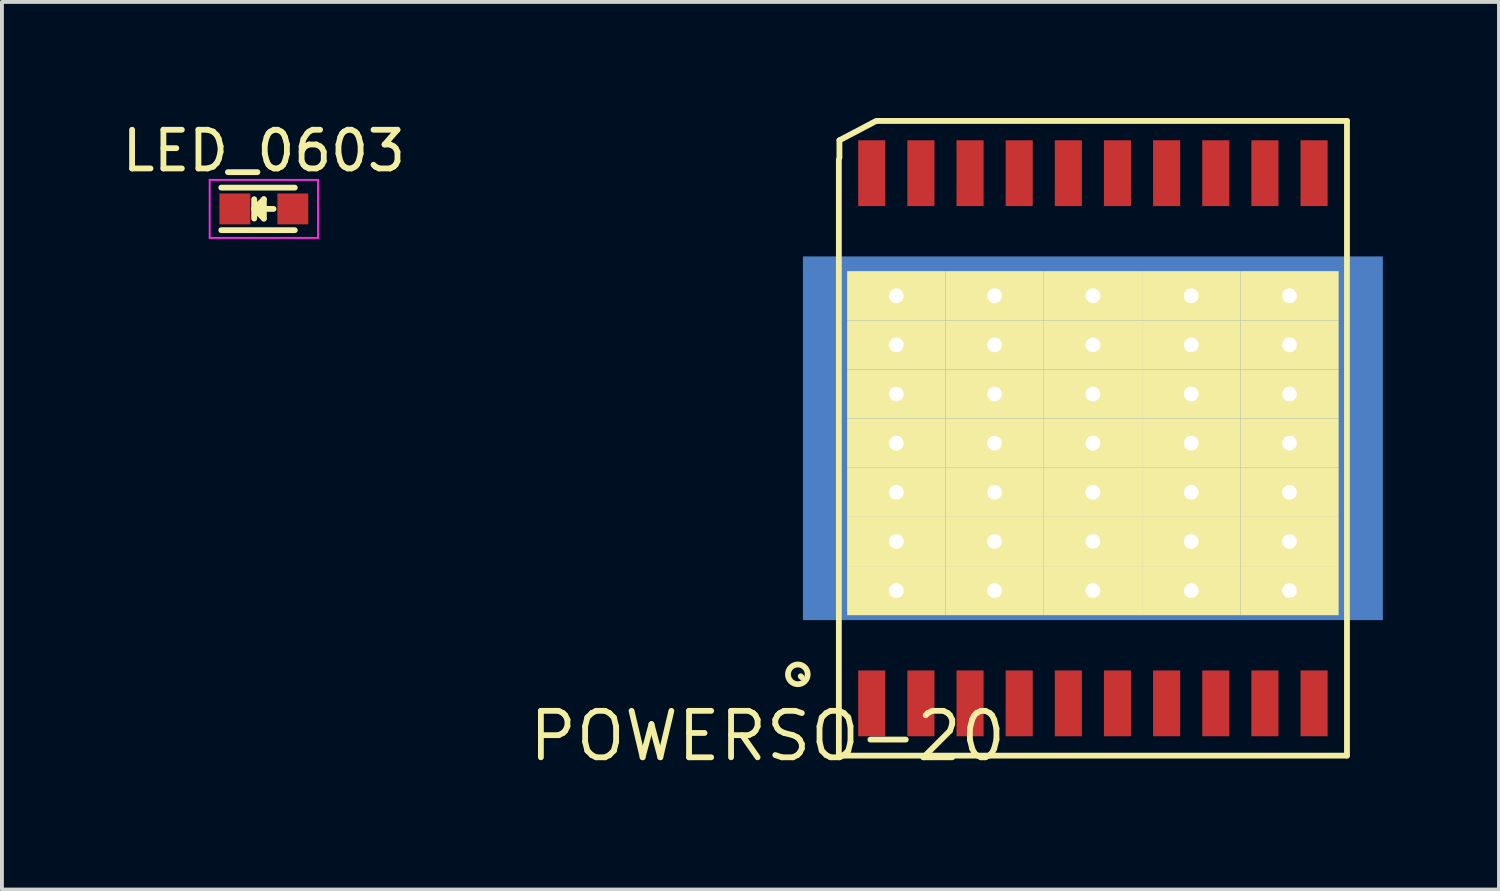
<source format=kicad_pcb>
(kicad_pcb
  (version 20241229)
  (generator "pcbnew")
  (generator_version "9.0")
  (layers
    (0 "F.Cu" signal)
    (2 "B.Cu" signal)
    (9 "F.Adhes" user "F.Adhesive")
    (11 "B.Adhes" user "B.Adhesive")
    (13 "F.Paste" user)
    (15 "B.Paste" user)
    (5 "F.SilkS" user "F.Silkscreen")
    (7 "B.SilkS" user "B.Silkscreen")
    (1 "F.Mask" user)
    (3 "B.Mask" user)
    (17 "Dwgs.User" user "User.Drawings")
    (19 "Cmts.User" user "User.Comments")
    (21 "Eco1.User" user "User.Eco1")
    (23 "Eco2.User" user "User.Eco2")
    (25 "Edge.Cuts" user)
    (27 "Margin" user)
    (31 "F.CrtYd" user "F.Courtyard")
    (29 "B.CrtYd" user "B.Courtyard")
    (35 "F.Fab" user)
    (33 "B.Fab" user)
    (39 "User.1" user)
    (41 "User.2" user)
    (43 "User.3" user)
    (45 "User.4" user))
  (footprint "LED_0603"
    (layer "F.Cu")
    (at 3.768 2.348)
    (property "Reference" "LED_0603" (at 0 -1.5 0) (layer "F.SilkS") (effects (font (size 1 1) (thickness 0.15))))
    (attr smd)
    (fp_line (start -1.1 -0.55) (end 0.8 -0.55) (stroke (width 0.15) (type solid)) (layer "F.SilkS"))
    (fp_line (start -1.1 0.55) (end 0.8 0.55) (stroke (width 0.15) (type solid)) (layer "F.SilkS"))
    (fp_line (start -0.25 -0.25) (end -0.25 0.25) (stroke (width 0.15) (type solid)) (layer "F.SilkS"))
    (fp_line (start -0.25 0) (end 0 -0.25) (stroke (width 0.15) (type solid)) (layer "F.SilkS"))
    (fp_line (start -0.2 0) (end 0.25 0) (stroke (width 0.15) (type solid)) (layer "F.SilkS"))
    (fp_line (start 0 -0.25) (end 0 0.25) (stroke (width 0.15) (type solid)) (layer "F.SilkS"))
    (fp_line (start 0 0.25) (end -0.25 0) (stroke (width 0.15) (type solid)) (layer "F.SilkS"))
    (fp_line (start -1.4 -0.75) (end 1.4 -0.75) (stroke (width 0.05) (type solid)) (layer "F.CrtYd"))
    (fp_line (start -1.4 0.75) (end -1.4 -0.75) (stroke (width 0.05) (type solid)) (layer "F.CrtYd"))
    (fp_line (start 1.4 -0.75) (end 1.4 0.75) (stroke (width 0.05) (type solid)) (layer "F.CrtYd"))
    (fp_line (start 1.4 0.75) (end -1.4 0.75) (stroke (width 0.05) (type solid)) (layer "F.CrtYd"))
    (pad "1" smd rect (at -0.749 0 180) (size 0.798 0.798) (layers "F.Cu" "F.Mask" "F.Paste"))
    (pad "2" smd rect (at 0.749 0 180) (size 0.798 0.798) (layers "F.Cu" "F.Mask" "F.Paste")))
  (footprint "POWERSO-20"
    (layer "F.Cu")
    (at 25.191 8.275)
    (property "Reference" "POWERSO-20" (at -8.407 7.696 180) (layer "F.SilkS") (effects (font (size 1.2 1.2) (thickness 0.15))))
    (attr through_hole)
    (fp_line (start -7.55 6.15) (end -7.525 6.175) (stroke (width 0.15) (type solid)) (layer "F.SilkS"))
    (fp_line (start -6.565 -7.2) (end -6.565 8.2) (stroke (width 0.15) (type solid)) (layer "F.SilkS"))
    (fp_line (start -6.565 8.2) (end 6.565 8.2) (stroke (width 0.15) (type solid)) (layer "F.SilkS"))
    (fp_line (start -6.55 -7.7) (end -5.6 -8.2) (stroke (width 0.15) (type solid)) (layer "F.SilkS"))
    (fp_line (start -6.55 -7.25) (end -6.55 -7.7) (stroke (width 0.15) (type solid)) (layer "F.SilkS"))
    (fp_line (start 6.565 -8.2) (end -5.565 -8.2) (stroke (width 0.15) (type solid)) (layer "F.SilkS"))
    (fp_line (start 6.565 8.2) (end 6.565 -8.2) (stroke (width 0.15) (type solid)) (layer "F.SilkS"))
    (fp_circle (center -7.625 6.1) (end -7.375 6.15) (stroke (width 0.15) (type solid)) (fill no) (layer "F.SilkS"))
    (pad "1" smd rect (at -5.715 6.85) (size 0.7 1.7) (layers "F.Cu" "F.Mask" "F.Paste"))
    (pad "1" thru_hole rect (at -5.08 -3.683) (size 2.54 1.27) (drill 0.381) (layers "*.Cu" "F.Mask" "F.SilkS"))
    (pad "1" thru_hole rect (at -5.08 -2.413) (size 2.54 1.27) (drill 0.381) (layers "*.Cu" "F.Mask" "F.SilkS"))
    (pad "1" thru_hole rect (at -5.08 -1.143) (size 2.54 1.27) (drill 0.381) (layers "*.Cu" "F.Mask" "F.SilkS"))
    (pad "1" thru_hole rect (at -5.08 0.127) (size 2.54 1.27) (drill 0.381) (layers "*.Cu" "F.Mask" "F.SilkS"))
    (pad "1" thru_hole rect (at -5.08 1.397) (size 2.54 1.27) (drill 0.381) (layers "*.Cu" "F.Mask" "F.SilkS"))
    (pad "1" thru_hole rect (at -5.08 2.667) (size 2.54 1.27) (drill 0.381) (layers "*.Cu" "F.Mask" "F.SilkS"))
    (pad "1" thru_hole rect (at -5.08 3.937) (size 2.54 1.27) (drill 0.381) (layers "*.Cu" "F.Mask" "F.SilkS"))
    (pad "1" thru_hole rect (at -2.54 -3.683) (size 2.54 1.27) (drill 0.381) (layers "*.Cu" "F.Mask" "F.SilkS"))
    (pad "1" thru_hole rect (at -2.54 -2.413) (size 2.54 1.27) (drill 0.381) (layers "*.Cu" "F.Mask" "F.SilkS"))
    (pad "1" thru_hole rect (at -2.54 -1.143) (size 2.54 1.27) (drill 0.381) (layers "*.Cu" "F.Mask" "F.SilkS"))
    (pad "1" thru_hole rect (at -2.54 0.127) (size 2.54 1.27) (drill 0.381) (layers "*.Cu" "F.Mask" "F.SilkS"))
    (pad "1" thru_hole rect (at -2.54 1.397) (size 2.54 1.27) (drill 0.381) (layers "*.Cu" "F.Mask" "F.SilkS"))
    (pad "1" thru_hole rect (at -2.54 2.667) (size 2.54 1.27) (drill 0.381) (layers "*.Cu" "F.Mask" "F.SilkS"))
    (pad "1" thru_hole rect (at -2.54 3.937) (size 2.54 1.27) (drill 0.381) (layers "*.Cu" "F.Mask" "F.SilkS"))
    (pad "1" thru_hole rect (at 0 -3.683) (size 2.54 1.27) (drill 0.381) (layers "*.Cu" "F.Mask" "F.SilkS"))
    (pad "1" thru_hole rect (at 0 -2.413) (size 2.54 1.27) (drill 0.381) (layers "*.Cu" "F.Mask" "F.SilkS"))
    (pad "1" thru_hole rect (at 0 -1.143) (size 2.54 1.27) (drill 0.381) (layers "*.Cu" "F.Mask" "F.SilkS"))
    (pad "1" smd rect (at 0 0) (size 14.986 9.398) (layers "B.Cu" "F.Paste"))
    (pad "1" thru_hole rect (at 0 0.127) (size 2.54 1.27) (drill 0.381) (layers "*.Cu" "F.Mask" "F.SilkS"))
    (pad "1" thru_hole rect (at 0 1.397) (size 2.54 1.27) (drill 0.381) (layers "*.Cu" "F.Mask" "F.SilkS"))
    (pad "1" thru_hole rect (at 0 2.667) (size 2.54 1.27) (drill 0.381) (layers "*.Cu" "F.Mask" "F.SilkS"))
    (pad "1" thru_hole rect (at 0 3.937) (size 2.54 1.27) (drill 0.381) (layers "*.Cu" "F.Mask" "F.SilkS"))
    (pad "1" thru_hole rect (at 2.54 -3.683) (size 2.54 1.27) (drill 0.381) (layers "*.Cu" "F.Mask" "F.SilkS"))
    (pad "1" thru_hole rect (at 2.54 -2.413) (size 2.54 1.27) (drill 0.381) (layers "*.Cu" "F.Mask" "F.SilkS"))
    (pad "1" thru_hole rect (at 2.54 -1.143) (size 2.54 1.27) (drill 0.381) (layers "*.Cu" "F.Mask" "F.SilkS"))
    (pad "1" thru_hole rect (at 2.54 0.127) (size 2.54 1.27) (drill 0.381) (layers "*.Cu" "F.Mask" "F.SilkS"))
    (pad "1" thru_hole rect (at 2.54 1.397) (size 2.54 1.27) (drill 0.381) (layers "*.Cu" "F.Mask" "F.SilkS"))
    (pad "1" thru_hole rect (at 2.54 2.667) (size 2.54 1.27) (drill 0.381) (layers "*.Cu" "F.Mask" "F.SilkS"))
    (pad "1" thru_hole rect (at 2.54 3.937) (size 2.54 1.27) (drill 0.381) (layers "*.Cu" "F.Mask" "F.SilkS"))
    (pad "1" thru_hole rect (at 5.08 -3.683) (size 2.54 1.27) (drill 0.381) (layers "*.Cu" "F.Mask" "F.SilkS"))
    (pad "1" thru_hole rect (at 5.08 -2.413) (size 2.54 1.27) (drill 0.381) (layers "*.Cu" "F.Mask" "F.SilkS"))
    (pad "1" thru_hole rect (at 5.08 -1.143) (size 2.54 1.27) (drill 0.381) (layers "*.Cu" "F.Mask" "F.SilkS"))
    (pad "1" thru_hole rect (at 5.08 0.127) (size 2.54 1.27) (drill 0.381) (layers "*.Cu" "F.Mask" "F.SilkS"))
    (pad "1" thru_hole rect (at 5.08 1.397) (size 2.54 1.27) (drill 0.381) (layers "*.Cu" "F.Mask" "F.SilkS"))
    (pad "1" thru_hole rect (at 5.08 2.667) (size 2.54 1.27) (drill 0.381) (layers "*.Cu" "F.Mask" "F.SilkS"))
    (pad "1" thru_hole rect (at 5.08 3.937) (size 2.54 1.27) (drill 0.381) (layers "*.Cu" "F.Mask" "F.SilkS"))
    (pad "2" smd rect (at -4.445 6.85) (size 0.7 1.7) (layers "F.Cu" "F.Mask" "F.Paste"))
    (pad "3" smd rect (at -3.175 6.85) (size 0.7 1.7) (layers "F.Cu" "F.Mask" "F.Paste"))
    (pad "4" smd rect (at -1.905 6.85) (size 0.7 1.7) (layers "F.Cu" "F.Mask" "F.Paste"))
    (pad "5" smd rect (at -0.635 6.85) (size 0.7 1.7) (layers "F.Cu" "F.Mask" "F.Paste"))
    (pad "6" smd rect (at 0.635 6.85) (size 0.7 1.7) (layers "F.Cu" "F.Mask" "F.Paste"))
    (pad "7" smd rect (at 1.905 6.85) (size 0.7 1.7) (layers "F.Cu" "F.Mask" "F.Paste"))
    (pad "8" smd rect (at 3.175 6.85) (size 0.7 1.7) (layers "F.Cu" "F.Mask" "F.Paste"))
    (pad "9" smd rect (at 4.445 6.85) (size 0.7 1.7) (layers "F.Cu" "F.Mask" "F.Paste"))
    (pad "10" smd rect (at 5.715 6.85) (size 0.7 1.7) (layers "F.Cu" "F.Mask" "F.Paste"))
    (pad "11" smd rect (at 5.715 -6.85) (size 0.7 1.7) (layers "F.Cu" "F.Mask" "F.Paste"))
    (pad "12" smd rect (at 4.445 -6.85) (size 0.7 1.7) (layers "F.Cu" "F.Mask" "F.Paste"))
    (pad "13" smd rect (at 3.175 -6.85) (size 0.7 1.7) (layers "F.Cu" "F.Mask" "F.Paste"))
    (pad "14" smd rect (at 1.905 -6.85) (size 0.7 1.7) (layers "F.Cu" "F.Mask" "F.Paste"))
    (pad "15" smd rect (at 0.635 -6.85) (size 0.7 1.7) (layers "F.Cu" "F.Mask" "F.Paste"))
    (pad "16" smd rect (at -0.635 -6.85) (size 0.7 1.7) (layers "F.Cu" "F.Mask" "F.Paste"))
    (pad "17" smd rect (at -1.905 -6.85) (size 0.7 1.7) (layers "F.Cu" "F.Mask" "F.Paste"))
    (pad "18" smd rect (at -3.175 -6.85) (size 0.7 1.7) (layers "F.Cu" "F.Mask" "F.Paste"))
    (pad "19" smd rect (at -4.445 -6.85) (size 0.7 1.7) (layers "F.Cu" "F.Mask" "F.Paste"))
    (pad "20" smd rect (at -5.715 -6.85) (size 0.7 1.7) (layers "F.Cu" "F.Mask" "F.Paste")))
  (gr_rect
    (start -3 -3)
    (end 35.684 19.936)
    (stroke (width 0.1) (type default))
    (fill no)
    (layer "Edge.Cuts")))
</source>
